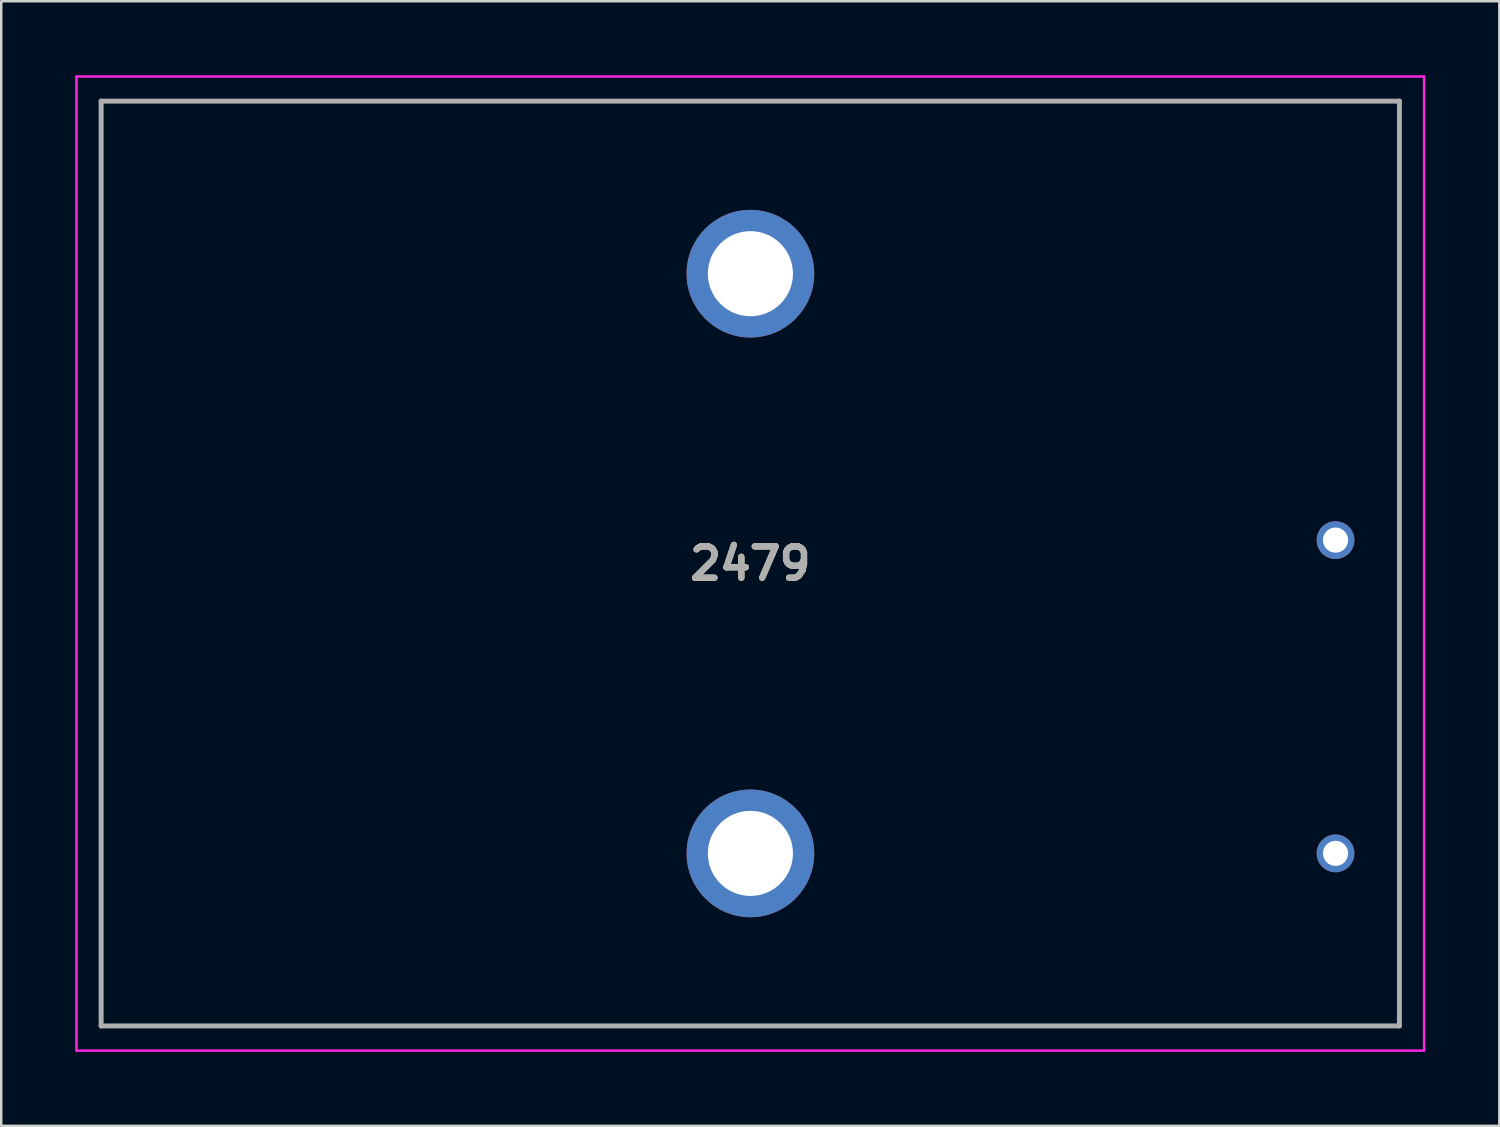
<source format=kicad_pcb>
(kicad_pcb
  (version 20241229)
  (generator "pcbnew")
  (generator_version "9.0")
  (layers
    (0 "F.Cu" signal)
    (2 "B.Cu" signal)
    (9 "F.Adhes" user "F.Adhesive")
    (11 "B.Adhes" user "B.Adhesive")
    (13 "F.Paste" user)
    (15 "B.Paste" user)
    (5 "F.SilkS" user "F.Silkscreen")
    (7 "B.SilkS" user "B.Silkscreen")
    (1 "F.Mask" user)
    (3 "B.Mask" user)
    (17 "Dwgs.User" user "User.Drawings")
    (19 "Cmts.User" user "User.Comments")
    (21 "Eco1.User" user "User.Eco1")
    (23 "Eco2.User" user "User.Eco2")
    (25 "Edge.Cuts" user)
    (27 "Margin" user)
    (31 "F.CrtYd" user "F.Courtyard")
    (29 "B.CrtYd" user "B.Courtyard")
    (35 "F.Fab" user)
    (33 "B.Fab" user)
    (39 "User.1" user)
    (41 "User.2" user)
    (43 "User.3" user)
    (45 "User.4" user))
  (footprint "2479"
    (layer "F.Cu")
    (at 27.365 19.795)
    (property "Reference" "2479" (at 0 0 0) (layer "F.SilkS") (effects (font (size 1.27 1.27) (thickness 0.254))))
    (attr through_hole)
    (fp_line (start -26.315 -18.745) (end 26.315 -18.745) (stroke (width 0.1) (type solid)) (layer "F.SilkS"))
    (fp_line (start -26.315 18.745) (end -26.315 -18.745) (stroke (width 0.1) (type solid)) (layer "F.SilkS"))
    (fp_line (start 26.315 -18.745) (end 26.315 18.745) (stroke (width 0.1) (type solid)) (layer "F.SilkS"))
    (fp_line (start 26.315 18.745) (end -26.315 18.745) (stroke (width 0.1) (type solid)) (layer "F.SilkS"))
    (fp_line (start -27.315 -19.745) (end 27.315 -19.745) (stroke (width 0.1) (type solid)) (layer "F.CrtYd"))
    (fp_line (start -27.315 19.745) (end -27.315 -19.745) (stroke (width 0.1) (type solid)) (layer "F.CrtYd"))
    (fp_line (start 27.315 -19.745) (end 27.315 19.745) (stroke (width 0.1) (type solid)) (layer "F.CrtYd"))
    (fp_line (start 27.315 19.745) (end -27.315 19.745) (stroke (width 0.1) (type solid)) (layer "F.CrtYd"))
    (fp_line (start -26.315 -18.745) (end 26.315 -18.745) (stroke (width 0.2) (type solid)) (layer "F.Fab"))
    (fp_line (start -26.315 18.745) (end -26.315 -18.745) (stroke (width 0.2) (type solid)) (layer "F.Fab"))
    (fp_line (start 26.315 -18.745) (end 26.315 18.745) (stroke (width 0.2) (type solid)) (layer "F.Fab"))
    (fp_line (start 26.315 18.745) (end -26.315 18.745) (stroke (width 0.2) (type solid)) (layer "F.Fab"))
    (fp_text user "${REFERENCE}" (at 0 0 0) (layer "F.Fab") (effects (font (size 1.27 1.27) (thickness 0.254))))
    (pad "1" thru_hole circle (at 23.725 11.75) (size 1.53 1.53) (drill 1.02) (layers "*.Cu" "*.Mask"))
    (pad "2" thru_hole circle (at 23.725 -0.95) (size 1.53 1.53) (drill 1.02) (layers "*.Cu" "*.Mask"))
    (pad "3" thru_hole circle (at 0.005 11.75) (size 5.175 5.175) (drill 3.45) (layers "*.Cu" "*.Mask"))
    (pad "4" thru_hole circle (at 0.005 -11.75) (size 5.175 5.175) (drill 3.45) (layers "*.Cu" "*.Mask")))
  (gr_rect
    (start -3 -3)
    (end 57.73 42.59)
    (stroke (width 0.1) (type default))
    (fill no)
    (layer "Edge.Cuts")))
</source>
